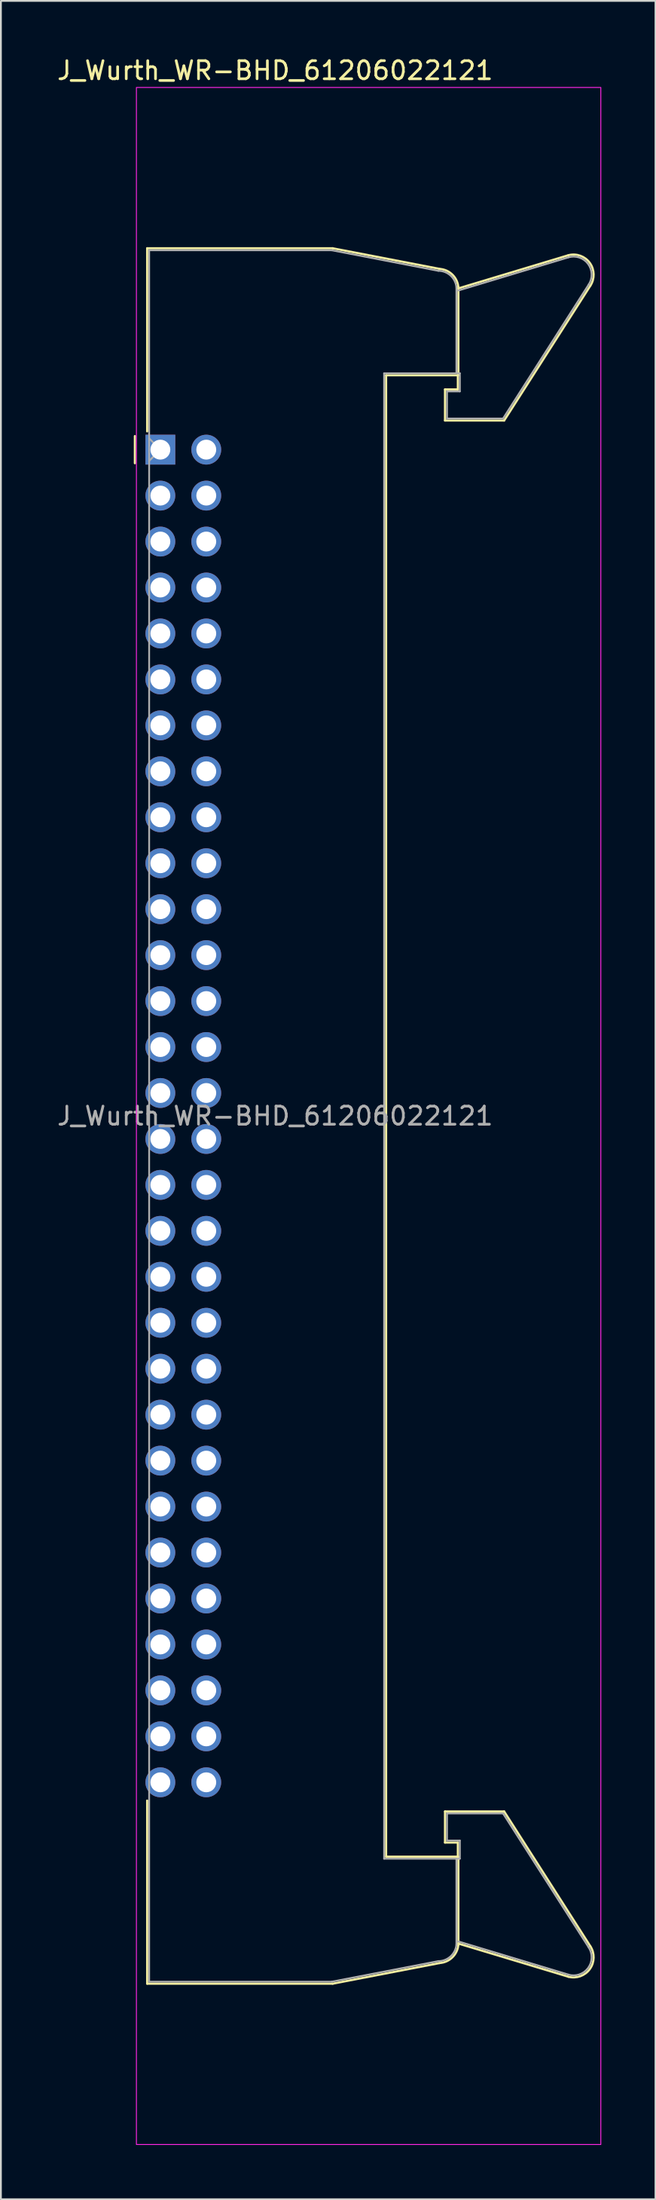
<source format=kicad_pcb>
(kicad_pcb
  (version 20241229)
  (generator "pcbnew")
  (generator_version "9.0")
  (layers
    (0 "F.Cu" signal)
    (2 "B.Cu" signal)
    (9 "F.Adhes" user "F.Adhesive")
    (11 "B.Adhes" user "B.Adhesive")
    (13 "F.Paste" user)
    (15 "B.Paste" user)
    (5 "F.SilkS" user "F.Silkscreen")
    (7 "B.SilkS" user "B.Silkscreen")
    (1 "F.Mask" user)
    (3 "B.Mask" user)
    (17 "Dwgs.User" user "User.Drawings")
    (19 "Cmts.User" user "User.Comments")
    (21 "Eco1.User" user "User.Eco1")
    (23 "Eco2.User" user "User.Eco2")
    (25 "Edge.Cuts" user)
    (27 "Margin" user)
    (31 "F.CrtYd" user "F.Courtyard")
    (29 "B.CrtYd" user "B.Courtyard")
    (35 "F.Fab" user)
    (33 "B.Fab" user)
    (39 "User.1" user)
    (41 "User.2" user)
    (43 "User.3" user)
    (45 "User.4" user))
  (footprint "J_Wurth_WR-BHD_61206022121"
    (layer "F.Cu")
    (at 5.823 21.803)
    (property "Reference" "J_Wurth_WR-BHD_61206022121" (at 6.35 -20.955 0) (unlocked yes) (layer "F.SilkS") (effects (font (size 1 1) (thickness 0.15))))
    (attr through_hole)
    (fp_line (start -1.41 -0.75) (end -1.41 0.75) (stroke (width 0.12) (type solid)) (layer "F.SilkS"))
    (fp_line (start -0.73 -11.13) (end -0.73 -1.01) (stroke (width 0.12) (type solid)) (layer "F.SilkS"))
    (fp_line (start -0.73 -11.13) (end 9.534 -11.13) (stroke (width 0.12) (type solid)) (layer "F.SilkS"))
    (fp_line (start -0.73 84.79) (end -0.73 74.67) (stroke (width 0.12) (type solid)) (layer "F.SilkS"))
    (fp_line (start -0.73 84.79) (end 9.534 84.79) (stroke (width 0.12) (type solid)) (layer "F.SilkS"))
    (fp_line (start 9.534 -11.13) (end 15.443 -9.992) (stroke (width 0.12) (type solid)) (layer "F.SilkS"))
    (fp_line (start 9.534 84.79) (end 15.443 83.652) (stroke (width 0.12) (type solid)) (layer "F.SilkS"))
    (fp_line (start 12.49 77.77) (end 12.49 -4.11) (stroke (width 0.12) (type solid)) (layer "F.SilkS"))
    (fp_line (start 15.75 -3.33) (end 15.75 -1.61) (stroke (width 0.12) (type solid)) (layer "F.SilkS"))
    (fp_line (start 15.75 -1.61) (end 19.021 -1.61) (stroke (width 0.12) (type solid)) (layer "F.SilkS"))
    (fp_line (start 15.75 75.27) (end 19.021 75.27) (stroke (width 0.12) (type solid)) (layer "F.SilkS"))
    (fp_line (start 15.75 76.99) (end 15.75 75.27) (stroke (width 0.12) (type solid)) (layer "F.SilkS"))
    (fp_line (start 16.46 -4.11) (end 12.49 -4.11) (stroke (width 0.12) (type solid)) (layer "F.SilkS"))
    (fp_line (start 16.46 -4.11) (end 16.46 -3.33) (stroke (width 0.12) (type solid)) (layer "F.SilkS"))
    (fp_line (start 16.46 -3.33) (end 15.75 -3.33) (stroke (width 0.12) (type solid)) (layer "F.SilkS"))
    (fp_line (start 16.46 76.99) (end 15.75 76.99) (stroke (width 0.12) (type solid)) (layer "F.SilkS"))
    (fp_line (start 16.46 77.77) (end 12.49 77.77) (stroke (width 0.12) (type solid)) (layer "F.SilkS"))
    (fp_line (start 16.46 77.77) (end 16.46 76.99) (stroke (width 0.12) (type solid)) (layer "F.SilkS"))
    (fp_line (start 16.49 -8.975) (end 16.49 -4.11) (stroke (width 0.12) (type solid)) (layer "F.SilkS"))
    (fp_line (start 16.49 82.635) (end 16.49 77.77) (stroke (width 0.12) (type solid)) (layer "F.SilkS"))
    (fp_line (start 19.021 -1.61) (end 23.789 -9.059) (stroke (width 0.12) (type solid)) (layer "F.SilkS"))
    (fp_line (start 19.021 75.27) (end 23.789 82.719) (stroke (width 0.12) (type solid)) (layer "F.SilkS"))
    (fp_line (start 22.581 -10.747) (end 16.491 -8.914) (stroke (width 0.12) (type solid)) (layer "F.SilkS"))
    (fp_line (start 22.581 84.407) (end 16.491 82.574) (stroke (width 0.12) (type solid)) (layer "F.SilkS"))
    (fp_arc (start 15.442979 -9.98974) (mid 16.176162 -9.655638) (end 16.491006 -8.913981) (stroke (width 0.12) (type solid)) (layer "F.SilkS"))
    (fp_arc (start 16.491006 82.573981) (mid 16.176162 83.315638) (end 15.442979 83.64974) (stroke (width 0.12) (type solid)) (layer "F.SilkS"))
    (fp_arc (start 22.581 -10.747) (mid 23.764714 -10.317505) (end 23.789444 -9.058524) (stroke (width 0.12) (type solid)) (layer "F.SilkS"))
    (fp_arc (start 23.789444 82.718524) (mid 23.764714 83.977505) (end 22.581 84.407) (stroke (width 0.12) (type solid)) (layer "F.SilkS"))
    (fp_rect (start -1.325 -20.02) (end 24.37 93.68) (stroke (width 0.05) (type solid)) (fill no) (layer "F.CrtYd"))
    (fp_line (start -0.62 -11.02) (end 9.484 -11.02) (stroke (width 0.1) (type solid)) (layer "F.Fab"))
    (fp_line (start -0.62 84.68) (end -0.62 -11.02) (stroke (width 0.1) (type solid)) (layer "F.Fab"))
    (fp_line (start -0.62 84.68) (end 9.484 84.68) (stroke (width 0.1) (type solid)) (layer "F.Fab"))
    (fp_line (start 0 0) (end -0.62 -0.62) (stroke (width 0.1) (type solid)) (layer "F.Fab"))
    (fp_line (start 0 0) (end -0.62 0.62) (stroke (width 0.1) (type solid)) (layer "F.Fab"))
    (fp_line (start 9.484 -11.02) (end 15.381 -9.884) (stroke (width 0.1) (type solid)) (layer "F.Fab"))
    (fp_line (start 9.484 84.68) (end 15.381 83.544) (stroke (width 0.1) (type solid)) (layer "F.Fab"))
    (fp_line (start 12.38 77.88) (end 12.38 -4.22) (stroke (width 0.1) (type solid)) (layer "F.Fab"))
    (fp_line (start 15.86 -1.72) (end 15.86 -3.22) (stroke (width 0.1) (type solid)) (layer "F.Fab"))
    (fp_line (start 15.86 -1.72) (end 18.96 -1.72) (stroke (width 0.1) (type solid)) (layer "F.Fab"))
    (fp_line (start 15.86 75.38) (end 18.96 75.38) (stroke (width 0.1) (type solid)) (layer "F.Fab"))
    (fp_line (start 15.86 76.88) (end 15.86 75.38) (stroke (width 0.1) (type solid)) (layer "F.Fab"))
    (fp_line (start 16.38 -8.975) (end 16.38 -4.22) (stroke (width 0.1) (type solid)) (layer "F.Fab"))
    (fp_line (start 16.38 82.635) (end 16.38 77.88) (stroke (width 0.1) (type solid)) (layer "F.Fab"))
    (fp_line (start 16.57 -4.22) (end 12.38 -4.22) (stroke (width 0.1) (type solid)) (layer "F.Fab"))
    (fp_line (start 16.57 -4.22) (end 16.57 -3.22) (stroke (width 0.1) (type solid)) (layer "F.Fab"))
    (fp_line (start 16.57 -3.22) (end 15.86 -3.22) (stroke (width 0.1) (type solid)) (layer "F.Fab"))
    (fp_line (start 16.57 76.88) (end 15.86 76.88) (stroke (width 0.1) (type solid)) (layer "F.Fab"))
    (fp_line (start 16.57 77.88) (end 12.38 77.88) (stroke (width 0.1) (type solid)) (layer "F.Fab"))
    (fp_line (start 16.57 77.88) (end 16.57 76.88) (stroke (width 0.1) (type solid)) (layer "F.Fab"))
    (fp_line (start 18.96 -1.72) (end 23.696 -9.12) (stroke (width 0.1) (type solid)) (layer "F.Fab"))
    (fp_line (start 18.96 75.38) (end 23.696 82.78) (stroke (width 0.1) (type solid)) (layer "F.Fab"))
    (fp_line (start 22.571 -10.627) (end 16.481 -8.794) (stroke (width 0.1) (type solid)) (layer "F.Fab"))
    (fp_line (start 22.571 84.287) (end 16.481 82.454) (stroke (width 0.1) (type solid)) (layer "F.Fab"))
    (fp_arc (start 15.380999 -9.884) (mid 16.05791 -9.620576) (end 16.38 -8.969532) (stroke (width 0.1) (type solid)) (layer "F.Fab"))
    (fp_arc (start 16.38 82.629532) (mid 16.05791 83.280576) (end 15.380999 83.544) (stroke (width 0.1) (type solid)) (layer "F.Fab"))
    (fp_arc (start 22.573383 -10.628774) (mid 23.662842 -10.267362) (end 23.696001 -9.12) (stroke (width 0.1) (type solid)) (layer "F.Fab"))
    (fp_arc (start 23.696001 82.78) (mid 23.662842 83.927363) (end 22.573383 84.288774) (stroke (width 0.1) (type solid)) (layer "F.Fab"))
    (fp_text user "${REFERENCE}" (at 6.35 36.83 0) (unlocked yes) (layer "F.Fab") (effects (font (size 1 1) (thickness 0.15))))
    (pad "1" thru_hole rect (at 0 0 90) (size 1.65 1.65) (drill 1.1) (layers "*.Cu" "*.Mask"))
    (pad "2" thru_hole circle (at 2.54 0 90) (size 1.65 1.65) (drill 1.1) (layers "*.Cu" "*.Mask"))
    (pad "3" thru_hole circle (at 0 2.54 90) (size 1.65 1.65) (drill 1.1) (layers "*.Cu" "*.Mask"))
    (pad "4" thru_hole circle (at 2.54 2.54 90) (size 1.65 1.65) (drill 1.1) (layers "*.Cu" "*.Mask"))
    (pad "5" thru_hole circle (at 0 5.08 90) (size 1.65 1.65) (drill 1.1) (layers "*.Cu" "*.Mask"))
    (pad "6" thru_hole circle (at 2.54 5.08 90) (size 1.65 1.65) (drill 1.1) (layers "*.Cu" "*.Mask"))
    (pad "7" thru_hole circle (at 0 7.62 90) (size 1.65 1.65) (drill 1.1) (layers "*.Cu" "*.Mask"))
    (pad "8" thru_hole circle (at 2.54 7.62 90) (size 1.65 1.65) (drill 1.1) (layers "*.Cu" "*.Mask"))
    (pad "9" thru_hole circle (at 0 10.16 90) (size 1.65 1.65) (drill 1.1) (layers "*.Cu" "*.Mask"))
    (pad "10" thru_hole circle (at 2.54 10.16 90) (size 1.65 1.65) (drill 1.1) (layers "*.Cu" "*.Mask"))
    (pad "11" thru_hole circle (at 0 12.7 90) (size 1.65 1.65) (drill 1.1) (layers "*.Cu" "*.Mask"))
    (pad "12" thru_hole circle (at 2.54 12.7 90) (size 1.65 1.65) (drill 1.1) (layers "*.Cu" "*.Mask"))
    (pad "13" thru_hole circle (at 0 15.24 90) (size 1.65 1.65) (drill 1.1) (layers "*.Cu" "*.Mask"))
    (pad "14" thru_hole circle (at 2.54 15.24 90) (size 1.65 1.65) (drill 1.1) (layers "*.Cu" "*.Mask"))
    (pad "15" thru_hole circle (at 0 17.78 90) (size 1.65 1.65) (drill 1.1) (layers "*.Cu" "*.Mask"))
    (pad "16" thru_hole circle (at 2.54 17.78 90) (size 1.65 1.65) (drill 1.1) (layers "*.Cu" "*.Mask"))
    (pad "17" thru_hole circle (at 0 20.32 90) (size 1.65 1.65) (drill 1.1) (layers "*.Cu" "*.Mask"))
    (pad "18" thru_hole circle (at 2.54 20.32 90) (size 1.65 1.65) (drill 1.1) (layers "*.Cu" "*.Mask"))
    (pad "19" thru_hole circle (at 0 22.86 90) (size 1.65 1.65) (drill 1.1) (layers "*.Cu" "*.Mask"))
    (pad "20" thru_hole circle (at 2.54 22.86 90) (size 1.65 1.65) (drill 1.1) (layers "*.Cu" "*.Mask"))
    (pad "21" thru_hole circle (at 0 25.4 90) (size 1.65 1.65) (drill 1.1) (layers "*.Cu" "*.Mask"))
    (pad "22" thru_hole circle (at 2.54 25.4 90) (size 1.65 1.65) (drill 1.1) (layers "*.Cu" "*.Mask"))
    (pad "23" thru_hole circle (at 0 27.94 90) (size 1.65 1.65) (drill 1.1) (layers "*.Cu" "*.Mask"))
    (pad "24" thru_hole circle (at 2.54 27.94 90) (size 1.65 1.65) (drill 1.1) (layers "*.Cu" "*.Mask"))
    (pad "25" thru_hole circle (at 0 30.48 90) (size 1.65 1.65) (drill 1.1) (layers "*.Cu" "*.Mask"))
    (pad "26" thru_hole circle (at 2.54 30.48 90) (size 1.65 1.65) (drill 1.1) (layers "*.Cu" "*.Mask"))
    (pad "27" thru_hole circle (at 0 33.02 90) (size 1.65 1.65) (drill 1.1) (layers "*.Cu" "*.Mask"))
    (pad "28" thru_hole circle (at 2.54 33.02 90) (size 1.65 1.65) (drill 1.1) (layers "*.Cu" "*.Mask"))
    (pad "29" thru_hole circle (at 0 35.56 90) (size 1.65 1.65) (drill 1.1) (layers "*.Cu" "*.Mask"))
    (pad "30" thru_hole circle (at 2.54 35.56 90) (size 1.65 1.65) (drill 1.1) (layers "*.Cu" "*.Mask"))
    (pad "31" thru_hole circle (at 0 38.1 90) (size 1.65 1.65) (drill 1.1) (layers "*.Cu" "*.Mask"))
    (pad "32" thru_hole circle (at 2.54 38.1 90) (size 1.65 1.65) (drill 1.1) (layers "*.Cu" "*.Mask"))
    (pad "33" thru_hole circle (at 0 40.64 90) (size 1.65 1.65) (drill 1.1) (layers "*.Cu" "*.Mask"))
    (pad "34" thru_hole circle (at 2.54 40.64 90) (size 1.65 1.65) (drill 1.1) (layers "*.Cu" "*.Mask"))
    (pad "35" thru_hole circle (at 0 43.18 90) (size 1.65 1.65) (drill 1.1) (layers "*.Cu" "*.Mask"))
    (pad "36" thru_hole circle (at 2.54 43.18 90) (size 1.65 1.65) (drill 1.1) (layers "*.Cu" "*.Mask"))
    (pad "37" thru_hole circle (at 0 45.72 90) (size 1.65 1.65) (drill 1.1) (layers "*.Cu" "*.Mask"))
    (pad "38" thru_hole circle (at 2.54 45.72 90) (size 1.65 1.65) (drill 1.1) (layers "*.Cu" "*.Mask"))
    (pad "39" thru_hole circle (at 0 48.26 90) (size 1.65 1.65) (drill 1.1) (layers "*.Cu" "*.Mask"))
    (pad "40" thru_hole circle (at 2.54 48.26 90) (size 1.65 1.65) (drill 1.1) (layers "*.Cu" "*.Mask"))
    (pad "41" thru_hole circle (at 0 50.8 90) (size 1.65 1.65) (drill 1.1) (layers "*.Cu" "*.Mask"))
    (pad "42" thru_hole circle (at 2.54 50.8 90) (size 1.65 1.65) (drill 1.1) (layers "*.Cu" "*.Mask"))
    (pad "43" thru_hole circle (at 0 53.34 90) (size 1.65 1.65) (drill 1.1) (layers "*.Cu" "*.Mask"))
    (pad "44" thru_hole circle (at 2.54 53.34 90) (size 1.65 1.65) (drill 1.1) (layers "*.Cu" "*.Mask"))
    (pad "45" thru_hole circle (at 0 55.88 90) (size 1.65 1.65) (drill 1.1) (layers "*.Cu" "*.Mask"))
    (pad "46" thru_hole circle (at 2.54 55.88 90) (size 1.65 1.65) (drill 1.1) (layers "*.Cu" "*.Mask"))
    (pad "47" thru_hole circle (at 0 58.42 90) (size 1.65 1.65) (drill 1.1) (layers "*.Cu" "*.Mask"))
    (pad "48" thru_hole circle (at 2.54 58.42 90) (size 1.65 1.65) (drill 1.1) (layers "*.Cu" "*.Mask"))
    (pad "49" thru_hole circle (at 0 60.96 90) (size 1.65 1.65) (drill 1.1) (layers "*.Cu" "*.Mask"))
    (pad "50" thru_hole circle (at 2.54 60.96 90) (size 1.65 1.65) (drill 1.1) (layers "*.Cu" "*.Mask"))
    (pad "51" thru_hole circle (at 0 63.5 90) (size 1.65 1.65) (drill 1.1) (layers "*.Cu" "*.Mask"))
    (pad "52" thru_hole circle (at 2.54 63.5 90) (size 1.65 1.65) (drill 1.1) (layers "*.Cu" "*.Mask"))
    (pad "53" thru_hole circle (at 0 66.04 90) (size 1.65 1.65) (drill 1.1) (layers "*.Cu" "*.Mask"))
    (pad "54" thru_hole circle (at 2.54 66.04 90) (size 1.65 1.65) (drill 1.1) (layers "*.Cu" "*.Mask"))
    (pad "55" thru_hole circle (at 0 68.58 90) (size 1.65 1.65) (drill 1.1) (layers "*.Cu" "*.Mask"))
    (pad "56" thru_hole circle (at 2.54 68.58 90) (size 1.65 1.65) (drill 1.1) (layers "*.Cu" "*.Mask"))
    (pad "57" thru_hole circle (at 0 71.12 90) (size 1.65 1.65) (drill 1.1) (layers "*.Cu" "*.Mask"))
    (pad "58" thru_hole circle (at 2.54 71.12 90) (size 1.65 1.65) (drill 1.1) (layers "*.Cu" "*.Mask"))
    (pad "59" thru_hole circle (at 0 73.66 90) (size 1.65 1.65) (drill 1.1) (layers "*.Cu" "*.Mask"))
    (pad "60" thru_hole circle (at 2.54 73.66 90) (size 1.65 1.65) (drill 1.1) (layers "*.Cu" "*.Mask")))
  (gr_rect
    (start -3 -3)
    (end 33.218 118.508)
    (stroke (width 0.1) (type default))
    (fill no)
    (layer "Edge.Cuts")))
</source>
